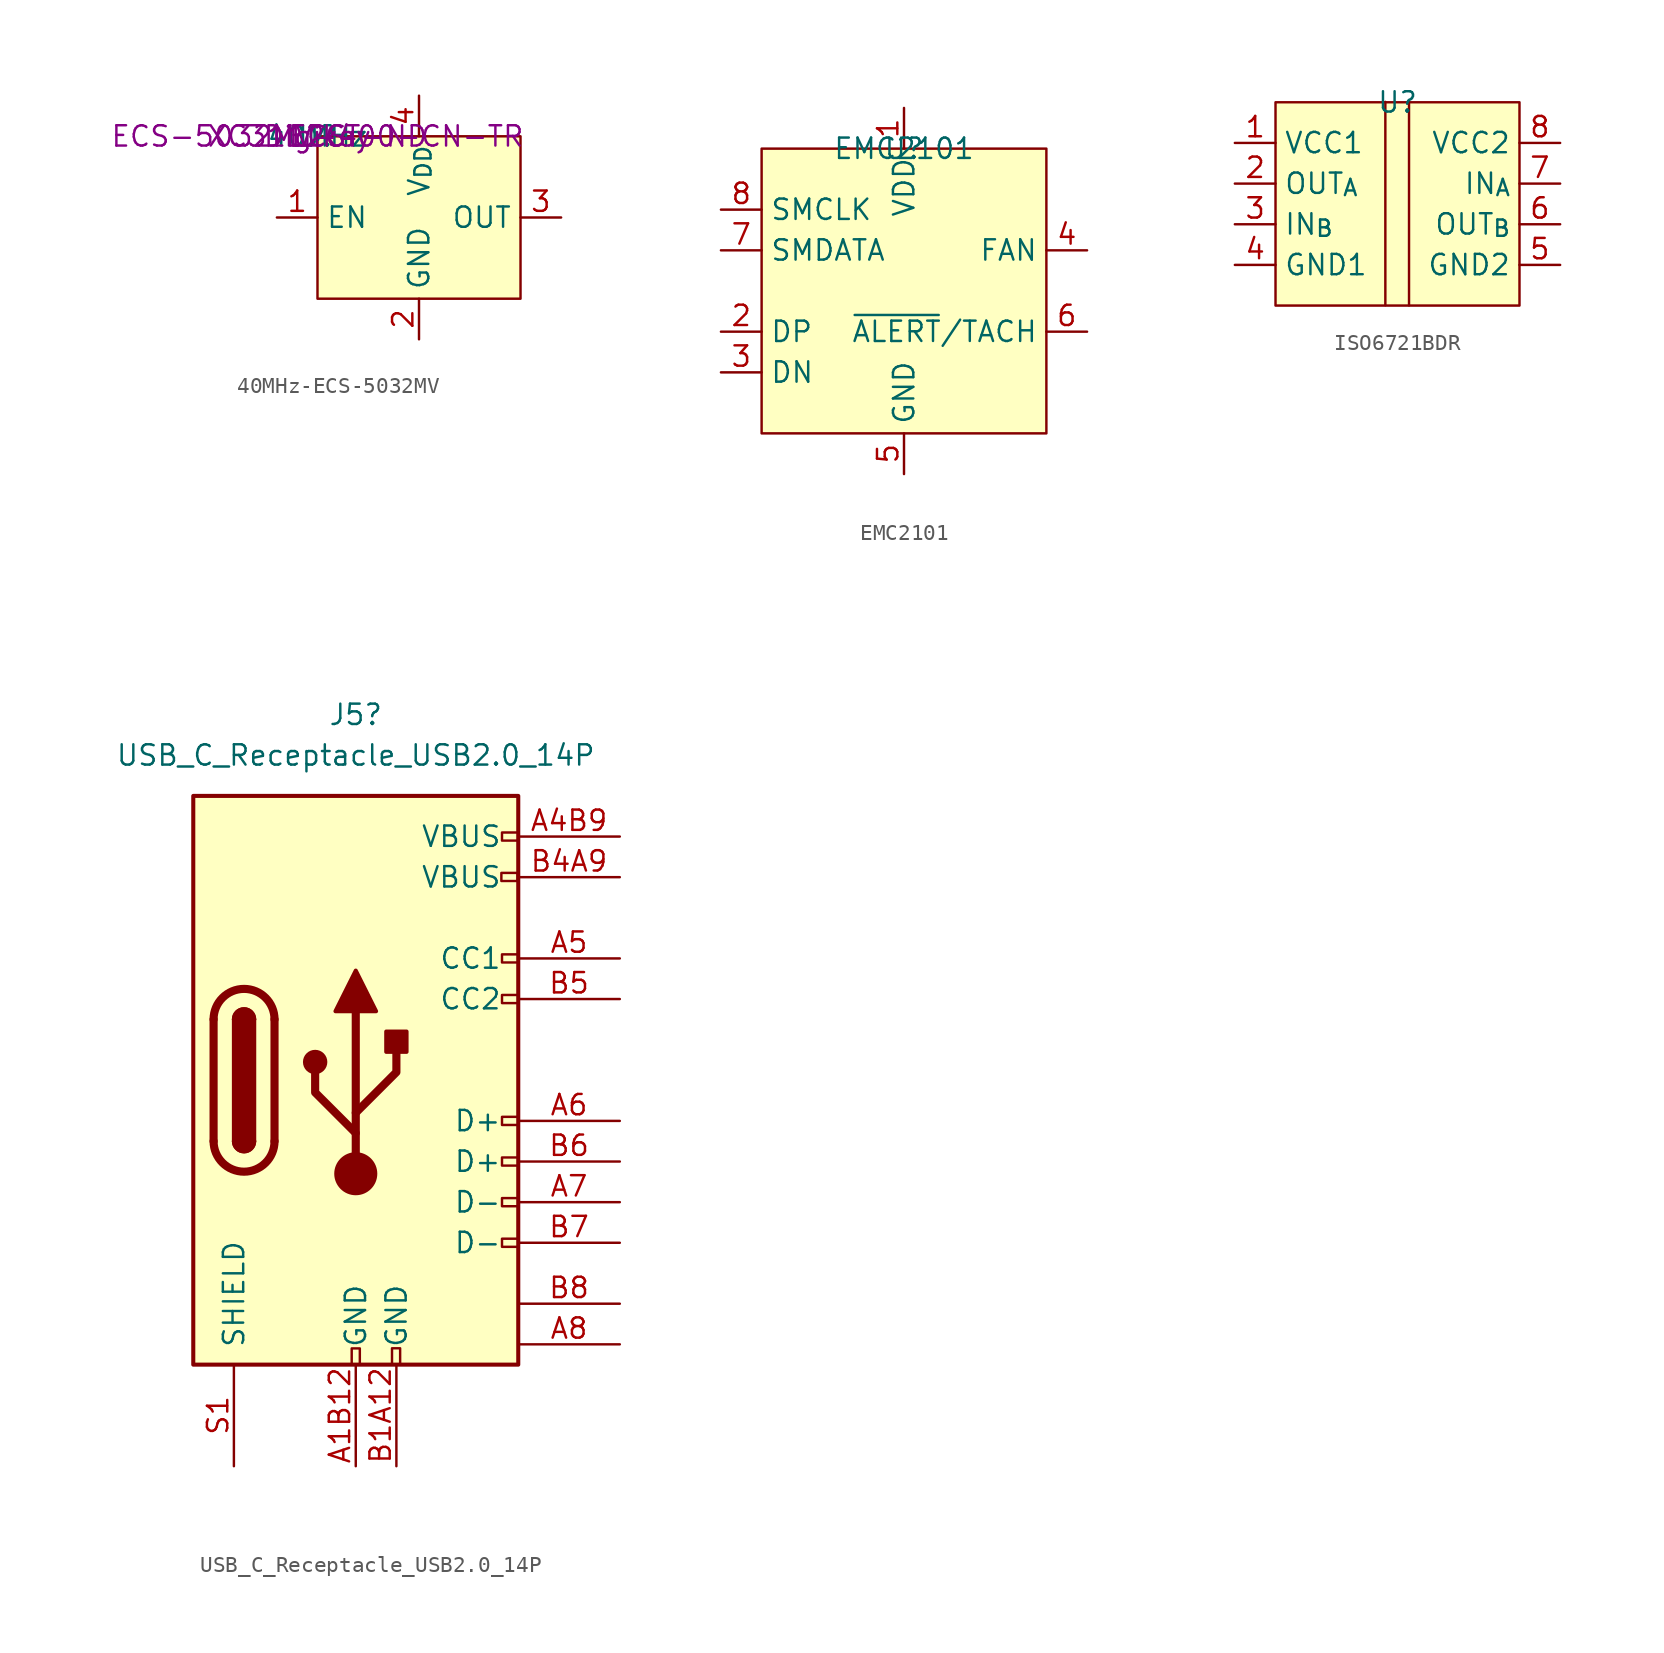
<source format=kicad_sym>
(kicad_symbol_lib
  (version 20241209)
  (generator "kicad_symbol_editor")
  (generator_version "9.0")
  (symbol "40MHz-ECS-5032MV"
    (property "Reference" "U"
      (at 0 0 0)
      (effects (font (size 1.27 1.27))))
    (property "Value" "40MHz"
      (at 0 0 0)
      (effects (font (size 1.27 1.27))))
    (property "MFG" "ECS"
      (at 0 0 0)
      (effects (font (size 1.27 1.27))))
    (property "MFG P/N" "ECS-5032MV-400-CN-TR"
      (at 0 0 0)
      (effects (font (size 1.27 1.27))))
    (property "DIST" "Digikey"
      (at 0 0 0)
      (effects (font (size 1.27 1.27))))
    (property "DIST P/N" "XC3112CT-ND"
      (at 0 0 0)
      (effects (font (size 1.27 1.27))))
    (symbol "40MHz-ECS-5032MV_1_1"
      (rectangle (start 0 0) (end 12.7 -10.16) (stroke (width 0) (type default)) (fill (type background)))
      (pin input line (at -2.54 -5.08 0) (length 2.54) (name "EN" (effects (font (size 1.27 1.27)))) (number "1" (effects (font (size 1.27 1.27)))))
      (pin power_in line (at 6.35 2.54 270) (length 2.54) (name "V_{DD}" (effects (font (size 1.27 1.27)))) (number "4" (effects (font (size 1.27 1.27)))))
      (pin passive line (at 6.35 -12.7 90) (length 2.54) (name "GND" (effects (font (size 1.27 1.27)))) (number "2" (effects (font (size 1.27 1.27)))))
      (pin output line (at 15.24 -5.08 180) (length 2.54) (name "OUT" (effects (font (size 1.27 1.27)))) (number "3" (effects (font (size 1.27 1.27)))))))
  (symbol "EMC2101"
    (property "Reference" "U"
      (at 0 0 0)
      (effects (font (size 1.27 1.27))))
    (property "Value" "EMC2101"
      (at 0 0 0)
      (effects (font (size 1.27 1.27))))
    (symbol "EMC2101_1_1"
      (rectangle (start -8.89 0) (end 8.89 -17.78) (stroke (width 0) (type default)) (fill (type background)))
      (pin input line (at -11.43 -3.81 0) (length 2.54) (name "SMCLK" (effects (font (size 1.27 1.27)))) (number "8" (effects (font (size 1.27 1.27)))))
      (pin bidirectional line (at -11.43 -6.35 0) (length 2.54) (name "SMDATA" (effects (font (size 1.27 1.27)))) (number "7" (effects (font (size 1.27 1.27)))))
      (pin passive line (at -11.43 -11.43 0) (length 2.54) (name "DP" (effects (font (size 1.27 1.27)))) (number "2" (effects (font (size 1.27 1.27)))))
      (pin passive line (at -11.43 -13.97 0) (length 2.54) (name "DN" (effects (font (size 1.27 1.27)))) (number "3" (effects (font (size 1.27 1.27)))))
      (pin power_in line (at 0 2.54 270) (length 2.54) (name "VDD" (effects (font (size 1.27 1.27)))) (number "1" (effects (font (size 1.27 1.27)))))
      (pin passive line (at 0 -20.32 90) (length 2.54) (name "GND" (effects (font (size 1.27 1.27)))) (number "5" (effects (font (size 1.27 1.27)))))
      (pin passive line (at 11.43 -6.35 180) (length 2.54) (name "FAN" (effects (font (size 1.27 1.27)))) (number "4" (effects (font (size 1.27 1.27)))))
      (pin bidirectional line (at 11.43 -11.43 180) (length 2.54) (name "~{ALERT}/TACH" (effects (font (size 1.27 1.27)))) (number "6" (effects (font (size 1.27 1.27)))))))
  (symbol "ISO6721BDR"
    (property "Reference" "U"
      (at 0 0 0)
      (effects (font (size 1.27 1.27))))
    (property "Value" ""
      (at 0 0 0)
      (effects (font (size 1.27 1.27))))
    (symbol "ISO6721BDR_1_1"
      (rectangle (start -7.62 0) (end 7.62 -12.7) (stroke (width 0) (type solid)) (fill (type background)))
      (polyline (pts (xy -0.759 0.023) (xy -0.759 -12.677)) (stroke (width 0) (type default)) (fill (type none)))
      (polyline (pts (xy 0.72 0.011) (xy 0.72 -12.689)) (stroke (width 0) (type default)) (fill (type none)))
      (pin power_in line (at -10.16 -2.54 0) (length 2.54) (name "VCC1" (effects (font (size 1.27 1.27)))) (number "1" (effects (font (size 1.27 1.27)))))
      (pin output line (at -10.16 -5.08 0) (length 2.54) (name "OUT_{A}" (effects (font (size 1.27 1.27)))) (number "2" (effects (font (size 1.27 1.27)))))
      (pin input line (at -10.16 -7.62 0) (length 2.54) (name "IN_{B}" (effects (font (size 1.27 1.27)))) (number "3" (effects (font (size 1.27 1.27)))))
      (pin power_in line (at -10.16 -10.16 0) (length 2.54) (name "GND1" (effects (font (size 1.27 1.27)))) (number "4" (effects (font (size 1.27 1.27)))))
      (pin power_in line (at 10.16 -2.54 180) (length 2.54) (name "VCC2" (effects (font (size 1.27 1.27)))) (number "8" (effects (font (size 1.27 1.27)))))
      (pin input line (at 10.16 -5.08 180) (length 2.54) (name "IN_{A}" (effects (font (size 1.27 1.27)))) (number "7" (effects (font (size 1.27 1.27)))))
      (pin output line (at 10.16 -7.62 180) (length 2.54) (name "OUT_{B}" (effects (font (size 1.27 1.27)))) (number "6" (effects (font (size 1.27 1.27)))))
      (pin power_in line (at 10.16 -10.16 180) (length 2.54) (name "GND2" (effects (font (size 1.27 1.27)))) (number "5" (effects (font (size 1.27 1.27)))))))
  (symbol "USB_C_Receptacle_USB2.0_14P"
    (pin_names
      (offset 1.016))
    (property "Reference" "J5"
      (at 0 22.86 0)
      (effects (font (size 1.27 1.27))))
    (property "Value" "USB_C_Receptacle_USB2.0_14P"
      (at 0 20.32 0)
      (effects (font (size 1.27 1.27))))
    (symbol "USB_C_Receptacle_USB2.0_14P_0_0"
      (rectangle (start -0.254 -16.764) (end 0.254 -17.78) (stroke (width 0) (type default)) (fill (type none)))
      (rectangle (start 2.266 -16.756) (end 2.774 -17.772) (stroke (width 0) (type default)) (fill (type none)))
      (rectangle (start 9.104 12.967) (end 10.12 12.46) (stroke (width 0) (type default)) (fill (type none)))
      (rectangle (start 9.144 15.494) (end 10.16 14.986) (stroke (width 0) (type default)) (fill (type none)))
      (rectangle (start 9.144 5.334) (end 10.16 4.826) (stroke (width 0) (type default)) (fill (type none)))
      (rectangle (start 9.144 -7.366) (end 10.16 -7.874) (stroke (width 0) (type default)) (fill (type none)))
      (rectangle (start 9.144 -9.906) (end 10.16 -10.414) (stroke (width 0) (type default)) (fill (type none)))
      (rectangle (start 10.16 7.874) (end 9.144 7.366) (stroke (width 0) (type default)) (fill (type none)))
      (rectangle (start 10.16 -2.286) (end 9.144 -2.794) (stroke (width 0) (type default)) (fill (type none)))
      (rectangle (start 10.16 -4.826) (end 9.144 -5.334) (stroke (width 0) (type default)) (fill (type none))))
    (symbol "USB_C_Receptacle_USB2.0_14P_0_1"
      (rectangle (start -10.16 17.78) (end 10.16 -17.78) (stroke (width 0.254) (type default)) (fill (type background)))
      (polyline (pts (xy -8.89 -3.81) (xy -8.89 3.81)) (stroke (width 0.508) (type default)) (fill (type none)))
      (rectangle (start -7.62 -3.81) (end -6.35 3.81) (stroke (width 0.254) (type default)) (fill (type outline)))
      (arc (start -7.62 3.81) (mid -6.985 4.4423) (end -6.35 3.81) (stroke (width 0.254) (type default)) (fill (type none)))
      (arc (start -7.62 3.81) (mid -6.985 4.4423) (end -6.35 3.81) (stroke (width 0.254) (type default)) (fill (type outline)))
      (arc (start -8.89 3.81) (mid -6.985 5.7067) (end -5.08 3.81) (stroke (width 0.508) (type default)) (fill (type none)))
      (arc (start -5.08 -3.81) (mid -6.985 -5.7067) (end -8.89 -3.81) (stroke (width 0.508) (type default)) (fill (type none)))
      (arc (start -6.35 -3.81) (mid -6.985 -4.4423) (end -7.62 -3.81) (stroke (width 0.254) (type default)) (fill (type none)))
      (arc (start -6.35 -3.81) (mid -6.985 -4.4423) (end -7.62 -3.81) (stroke (width 0.254) (type default)) (fill (type outline)))
      (polyline (pts (xy -5.08 3.81) (xy -5.08 -3.81)) (stroke (width 0.508) (type default)) (fill (type none)))
      (circle (center -2.54 1.143) (radius 0.635) (stroke (width 0.254) (type default)) (fill (type outline)))
      (polyline (pts (xy -1.27 4.318) (xy 0 6.858) (xy 1.27 4.318) (xy -1.27 4.318)) (stroke (width 0.254) (type default)) (fill (type outline)))
      (polyline (pts (xy 0 -2.032) (xy 2.54 0.508) (xy 2.54 1.778)) (stroke (width 0.508) (type default)) (fill (type none)))
      (polyline (pts (xy 0 -3.302) (xy -2.54 -0.762) (xy -2.54 0.508)) (stroke (width 0.508) (type default)) (fill (type none)))
      (polyline (pts (xy 0 -5.842) (xy 0 4.318)) (stroke (width 0.508) (type default)) (fill (type none)))
      (circle (center 0 -5.842) (radius 1.27) (stroke (width 0) (type default)) (fill (type outline)))
      (rectangle (start 1.905 1.778) (end 3.175 3.048) (stroke (width 0.254) (type default)) (fill (type outline))))
    (symbol "USB_C_Receptacle_USB2.0_14P_1_1"
      (pin passive line (at -7.62 -24.13 90) (length 6.35) (name "SHIELD" (effects (font (size 1.27 1.27)))) (number "S1" (effects (font (size 1.27 1.27)))))
      (pin passive line (at 0 -24.13 90) (length 6.35) (name "GND" (effects (font (size 1.27 1.27)))) (number "A1B12" (effects (font (size 1.27 1.27)))))
      (pin passive line (at 2.54 -24.13 90) (length 6.35) (name "GND" (effects (font (size 1.27 1.27)))) (number "B1A12" (effects (font (size 1.27 1.27)))))
      (pin passive line (at 16.51 15.24 180) (length 6.35) (name "VBUS" (effects (font (size 1.27 1.27)))) (number "A4B9" (effects (font (size 1.27 1.27)))))
      (pin passive line (at 16.51 12.7 180) (length 6.35) (name "VBUS" (effects (font (size 1.27 1.27)))) (number "B4A9" (effects (font (size 1.27 1.27)))))
      (pin bidirectional line (at 16.51 7.62 180) (length 6.35) (name "CC1" (effects (font (size 1.27 1.27)))) (number "A5" (effects (font (size 1.27 1.27)))))
      (pin bidirectional line (at 16.51 5.08 180) (length 6.35) (name "CC2" (effects (font (size 1.27 1.27)))) (number "B5" (effects (font (size 1.27 1.27)))))
      (pin bidirectional line (at 16.51 -2.54 180) (length 6.35) (name "D+" (effects (font (size 1.27 1.27)))) (number "A6" (effects (font (size 1.27 1.27)))))
      (pin bidirectional line (at 16.51 -5.08 180) (length 6.35) (name "D+" (effects (font (size 1.27 1.27)))) (number "B6" (effects (font (size 1.27 1.27)))))
      (pin bidirectional line (at 16.51 -7.62 180) (length 6.35) (name "D-" (effects (font (size 1.27 1.27)))) (number "A7" (effects (font (size 1.27 1.27)))))
      (pin bidirectional line (at 16.51 -10.16 180) (length 6.35) (name "D-" (effects (font (size 1.27 1.27)))) (number "B7" (effects (font (size 1.27 1.27)))))
      (pin bidirectional line (at 16.51 -13.97 180) (length 6.35) (name "" (effects (font (size 1.27 1.27)))) (number "B8" (effects (font (size 1.27 1.27)))))
      (pin bidirectional line (at 16.51 -16.51 180) (length 6.35) (name "" (effects (font (size 1.27 1.27)))) (number "A8" (effects (font (size 1.27 1.27))))))))
</source>
